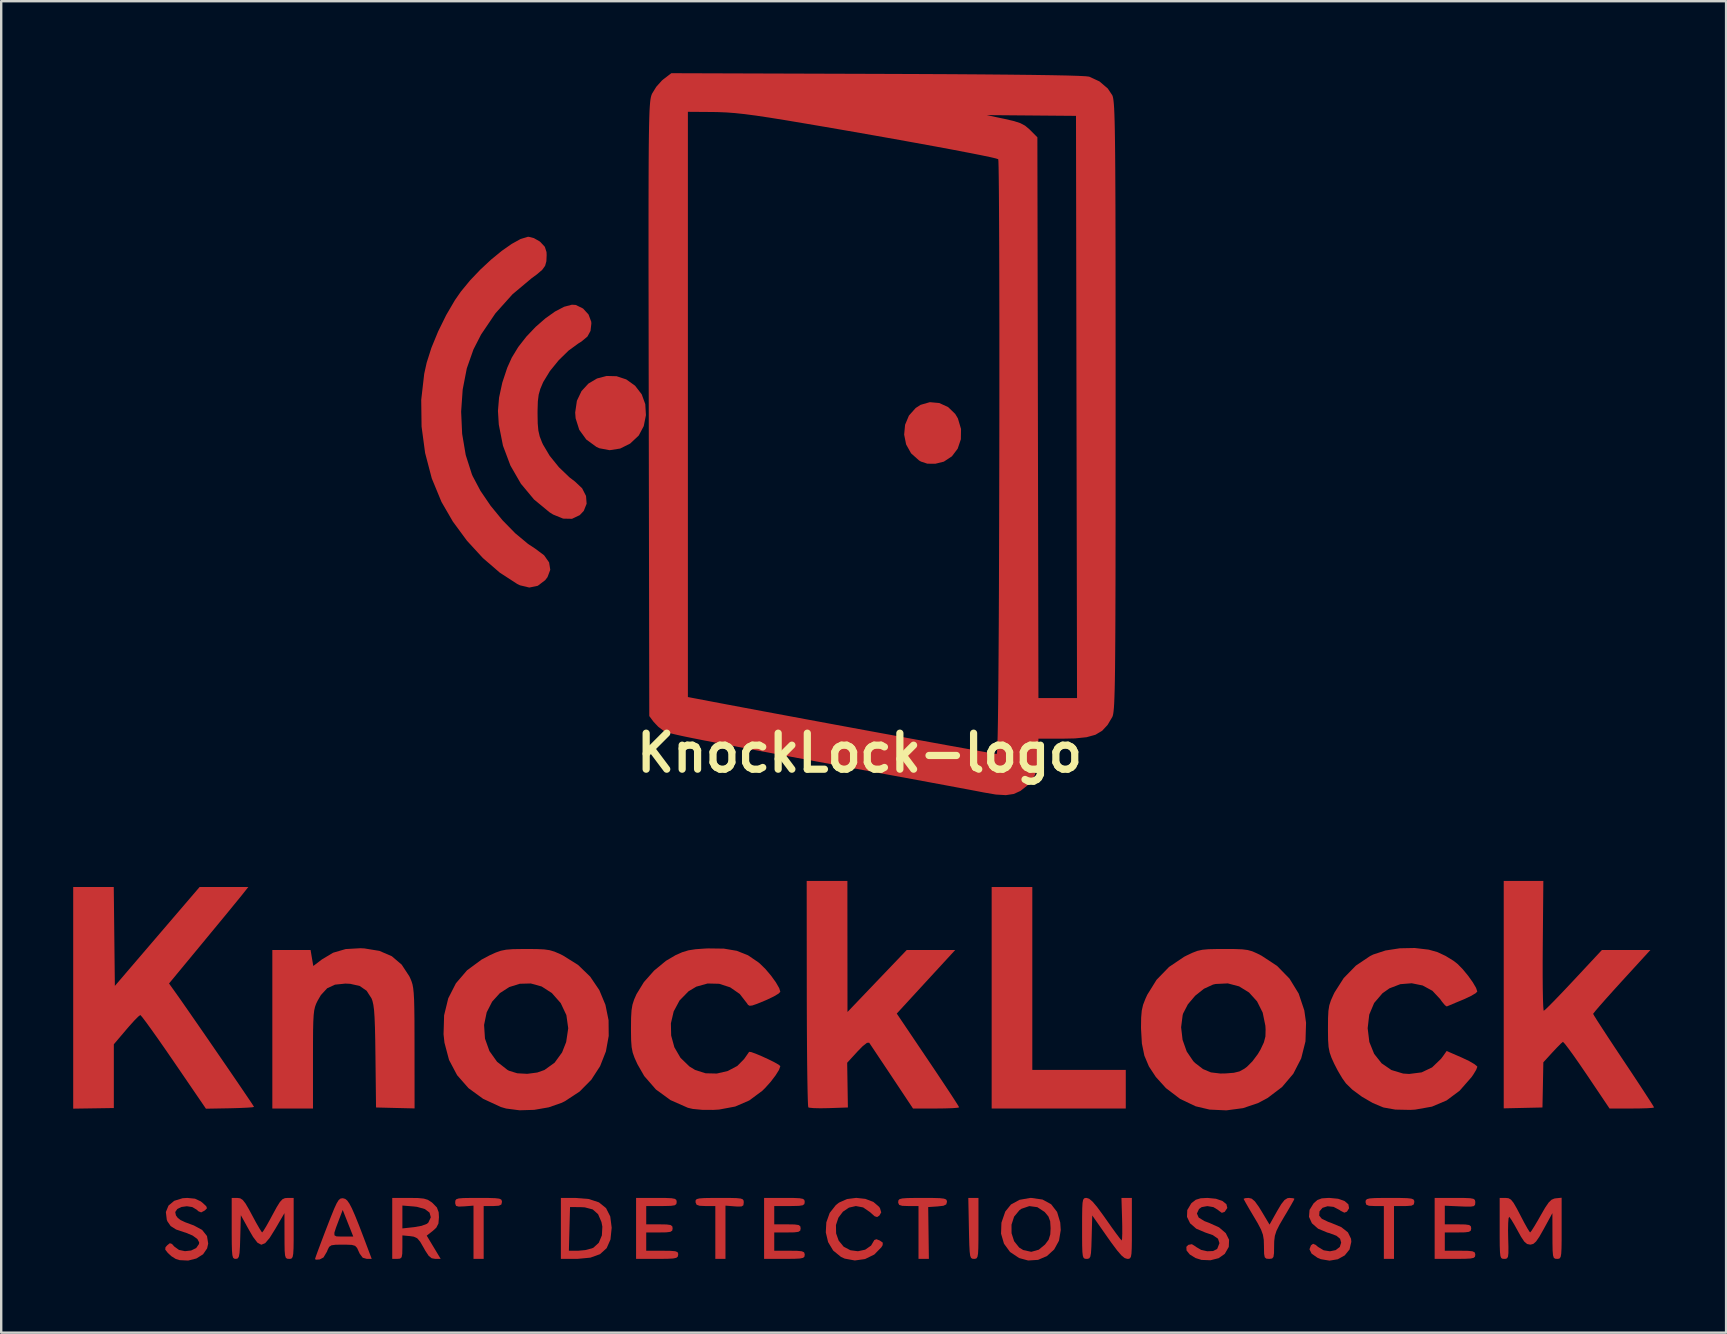
<source format=kicad_pcb>
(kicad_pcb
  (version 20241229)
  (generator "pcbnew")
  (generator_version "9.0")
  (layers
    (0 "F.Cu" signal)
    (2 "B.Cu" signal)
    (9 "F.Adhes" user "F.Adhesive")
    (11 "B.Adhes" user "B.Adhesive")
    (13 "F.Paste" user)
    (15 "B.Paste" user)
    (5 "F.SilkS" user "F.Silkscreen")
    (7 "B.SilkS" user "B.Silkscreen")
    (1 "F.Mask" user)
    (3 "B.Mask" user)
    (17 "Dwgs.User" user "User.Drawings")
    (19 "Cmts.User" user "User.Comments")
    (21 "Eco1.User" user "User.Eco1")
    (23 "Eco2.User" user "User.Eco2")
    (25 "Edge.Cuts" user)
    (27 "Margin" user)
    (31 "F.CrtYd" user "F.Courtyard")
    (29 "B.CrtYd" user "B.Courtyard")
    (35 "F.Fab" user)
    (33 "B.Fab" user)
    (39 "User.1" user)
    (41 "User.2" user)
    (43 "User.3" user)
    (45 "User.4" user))
  (footprint "KnockLock-logo"
    (layer "F.Cu")
    (at 32.766 28.321)
    (property "Reference" "KnockLock-logo" (at 0 0 0) (layer "F.SilkS") (effects (font (size 1.5 1.5) (thickness 0.3))))
    (attr board_only exclude_from_pos_files exclude_from_bom)
    (fp_poly (pts (xy 7.197 9.398) (xy 7.197 13.208) (xy 9.144 13.208) (xy 11.091 13.208) (xy 11.091 14.012) (xy 11.091 14.817) (xy 8.297 14.817) (xy 5.503 14.817) (xy 5.503 10.202) (xy 5.503 5.588) (xy 6.35 5.588) (xy 7.197 5.588)) (stroke (width 0) (type solid)) (fill yes) (layer "F.Cu"))
    (fp_poly (pts (xy 4.741 18.542) (xy 4.953 18.542) (xy 4.953 19.812) (xy 4.952 20.299) (xy 4.947 20.643) (xy 4.935 20.867) (xy 4.911 20.998) (xy 4.871 21.061) (xy 4.813 21.08) (xy 4.767 21.082) (xy 4.695 21.076) (xy 4.644 21.041) (xy 4.609 20.952) (xy 4.587 20.784) (xy 4.572 20.512) (xy 4.561 20.11) (xy 4.555 19.812) (xy 4.53 18.542)) (stroke (width 0) (type solid)) (fill yes) (layer "F.Cu"))
    (fp_poly (pts (xy 3.322 -14.578) (xy 3.688 -14.41) (xy 3.984 -14.125) (xy 4.096 -13.938) (xy 4.227 -13.498) (xy 4.22 -13.068) (xy 4.088 -12.677) (xy 3.847 -12.357) (xy 3.511 -12.136) (xy 3.157 -12.048) (xy 2.823 -12.051) (xy 2.557 -12.139) (xy 2.476 -12.187) (xy 2.146 -12.482) (xy 1.939 -12.852) (xy 1.857 -13.261) (xy 1.896 -13.674) (xy 2.056 -14.055) (xy 2.337 -14.371) (xy 2.542 -14.503) (xy 2.927 -14.614)) (stroke (width 0) (type solid)) (fill yes) (layer "F.Cu"))
    (fp_poly (pts (xy -10.124 -15.695) (xy -9.721 -15.562) (xy -9.355 -15.3) (xy -9.078 -14.941) (xy -8.929 -14.532) (xy -8.902 -14.071) (xy -8.993 -13.617) (xy -9.197 -13.231) (xy -9.204 -13.222) (xy -9.562 -12.887) (xy -9.976 -12.681) (xy -10.414 -12.613) (xy -10.841 -12.693) (xy -10.964 -12.749) (xy -11.387 -13.057) (xy -11.681 -13.463) (xy -11.832 -13.942) (xy -11.85 -14.182) (xy -11.779 -14.672) (xy -11.586 -15.077) (xy -11.298 -15.389) (xy -10.94 -15.601) (xy -10.54 -15.706)) (stroke (width 0) (type solid)) (fill yes) (layer "F.Cu"))
    (fp_poly (pts (xy 3.054 18.544) (xy 3.342 18.552) (xy 3.516 18.572) (xy 3.606 18.607) (xy 3.637 18.662) (xy 3.641 18.707) (xy 3.611 18.812) (xy 3.494 18.869) (xy 3.25 18.897) (xy 2.859 18.923) (xy 2.873 20.003) (xy 2.887 21.082) (xy 2.671 21.082) (xy 2.455 21.082) (xy 2.455 19.981) (xy 2.455 18.881) (xy 2.032 18.881) (xy 1.778 18.872) (xy 1.651 18.834) (xy 1.61 18.75) (xy 1.609 18.711) (xy 1.619 18.64) (xy 1.667 18.592) (xy 1.783 18.563) (xy 1.993 18.548) (xy 2.326 18.543) (xy 2.625 18.542)) (stroke (width 0) (type solid)) (fill yes) (layer "F.Cu"))
    (fp_poly (pts (xy -15.457 18.544) (xy -15.179 18.553) (xy -15.013 18.573) (xy -14.931 18.611) (xy -14.904 18.67) (xy -14.901 18.711) (xy -14.926 18.817) (xy -15.03 18.867) (xy -15.255 18.881) (xy -15.282 18.881) (xy -15.663 18.881) (xy -15.663 19.981) (xy -15.663 21.082) (xy -15.875 21.082) (xy -16.087 21.082) (xy -16.087 19.973) (xy -16.087 18.864) (xy -16.468 18.894) (xy -16.702 18.904) (xy -16.814 18.874) (xy -16.847 18.783) (xy -16.849 18.733) (xy -16.842 18.651) (xy -16.803 18.597) (xy -16.703 18.564) (xy -16.513 18.548) (xy -16.204 18.543) (xy -15.875 18.542)) (stroke (width 0) (type solid)) (fill yes) (layer "F.Cu"))
    (fp_poly (pts (xy -5.41 18.543) (xy -5.124 18.55) (xy -4.951 18.569) (xy -4.863 18.604) (xy -4.83 18.661) (xy -4.826 18.733) (xy -4.842 18.85) (xy -4.921 18.899) (xy -5.107 18.901) (xy -5.207 18.894) (xy -5.588 18.864) (xy -5.588 19.973) (xy -5.588 21.082) (xy -5.8 21.082) (xy -6.011 21.082) (xy -6.011 19.981) (xy -6.011 18.881) (xy -6.417 18.881) (xy -6.666 18.87) (xy -6.79 18.827) (xy -6.833 18.733) (xy -6.835 18.711) (xy -6.831 18.64) (xy -6.787 18.592) (xy -6.675 18.563) (xy -6.469 18.548) (xy -6.14 18.543) (xy -5.837 18.542)) (stroke (width 0) (type solid)) (fill yes) (layer "F.Cu"))
    (fp_poly (pts (xy 22.527 18.544) (xy 22.815 18.552) (xy 22.989 18.571) (xy 23.078 18.606) (xy 23.11 18.661) (xy 23.114 18.711) (xy 23.092 18.813) (xy 22.997 18.864) (xy 22.789 18.88) (xy 22.691 18.881) (xy 22.267 18.881) (xy 22.267 19.981) (xy 22.267 21.082) (xy 22.056 21.082) (xy 21.844 21.082) (xy 21.844 19.981) (xy 21.844 18.881) (xy 21.463 18.881) (xy 21.225 18.87) (xy 21.112 18.824) (xy 21.082 18.723) (xy 21.082 18.711) (xy 21.092 18.64) (xy 21.141 18.592) (xy 21.256 18.563) (xy 21.466 18.548) (xy 21.799 18.543) (xy 22.098 18.542)) (stroke (width 0) (type solid)) (fill yes) (layer "F.Cu"))
    (fp_poly (pts (xy -11.287 18.587) (xy -10.861 18.727) (xy -10.564 18.967) (xy -10.389 19.314) (xy -10.33 19.774) (xy -10.33 19.795) (xy -10.38 20.276) (xy -10.539 20.636) (xy -10.815 20.886) (xy -11.217 21.031) (xy -11.755 21.082) (xy -11.79 21.082) (xy -12.446 21.082) (xy -12.446 20.743) (xy -12.113 20.743) (xy -11.725 20.743) (xy -11.425 20.715) (xy -11.152 20.643) (xy -11.09 20.616) (xy -10.867 20.411) (xy -10.738 20.104) (xy -10.718 19.739) (xy -10.755 19.547) (xy -10.896 19.22) (xy -11.119 19.022) (xy -11.451 18.935) (xy -11.626 18.926) (xy -12.065 18.923) (xy -12.089 19.833) (xy -12.113 20.743) (xy -12.446 20.743) (xy -12.446 19.812) (xy -12.446 18.542) (xy -11.851 18.542)) (stroke (width 0) (type solid)) (fill yes) (layer "F.Cu"))
    (fp_poly (pts (xy -8.081 18.544) (xy -7.835 18.555) (xy -7.696 18.581) (xy -7.635 18.628) (xy -7.62 18.702) (xy -7.62 18.711) (xy -7.635 18.798) (xy -7.703 18.849) (xy -7.86 18.873) (xy -8.141 18.88) (xy -8.255 18.881) (xy -8.89 18.881) (xy -8.89 19.262) (xy -8.89 19.643) (xy -8.34 19.643) (xy -8.042 19.648) (xy -7.876 19.671) (xy -7.804 19.725) (xy -7.789 19.812) (xy -7.806 19.904) (xy -7.883 19.955) (xy -8.056 19.977) (xy -8.34 19.981) (xy -8.89 19.981) (xy -8.89 20.362) (xy -8.89 20.743) (xy -8.218 20.743) (xy -7.883 20.747) (xy -7.683 20.763) (xy -7.586 20.8) (xy -7.558 20.867) (xy -7.559 20.913) (xy -7.576 20.989) (xy -7.636 21.038) (xy -7.768 21.066) (xy -8.004 21.079) (xy -8.373 21.082) (xy -8.442 21.082) (xy -9.313 21.082) (xy -9.313 19.812) (xy -9.313 18.542) (xy -8.467 18.542)) (stroke (width 0) (type solid)) (fill yes) (layer "F.Cu"))
    (fp_poly (pts (xy -2.747 18.544) (xy -2.501 18.555) (xy -2.362 18.581) (xy -2.301 18.628) (xy -2.286 18.702) (xy -2.286 18.711) (xy -2.301 18.798) (xy -2.369 18.849) (xy -2.526 18.873) (xy -2.807 18.88) (xy -2.921 18.881) (xy -3.556 18.881) (xy -3.556 19.262) (xy -3.556 19.643) (xy -3.006 19.643) (xy -2.708 19.648) (xy -2.542 19.671) (xy -2.47 19.725) (xy -2.455 19.812) (xy -2.472 19.904) (xy -2.549 19.955) (xy -2.722 19.977) (xy -3.006 19.981) (xy -3.556 19.981) (xy -3.556 20.362) (xy -3.556 20.743) (xy -2.921 20.743) (xy -2.596 20.747) (xy -2.406 20.766) (xy -2.314 20.807) (xy -2.287 20.882) (xy -2.286 20.913) (xy -2.298 20.99) (xy -2.353 21.039) (xy -2.483 21.067) (xy -2.717 21.079) (xy -3.087 21.082) (xy -3.133 21.082) (xy -3.979 21.082) (xy -3.979 19.812) (xy -3.979 18.542) (xy -3.133 18.542)) (stroke (width 0) (type solid)) (fill yes) (layer "F.Cu"))
    (fp_poly (pts (xy 18.068 18.555) (xy 18.119 18.579) (xy 18.078 18.663) (xy 17.968 18.858) (xy 17.808 19.132) (xy 17.695 19.32) (xy 17.496 19.662) (xy 17.371 19.912) (xy 17.303 20.122) (xy 17.276 20.342) (xy 17.272 20.553) (xy 17.268 20.842) (xy 17.245 21) (xy 17.189 21.067) (xy 17.082 21.082) (xy 17.06 21.082) (xy 16.945 21.072) (xy 16.881 21.015) (xy 16.855 20.873) (xy 16.849 20.607) (xy 16.849 20.553) (xy 16.841 20.29) (xy 16.806 20.077) (xy 16.728 19.863) (xy 16.588 19.596) (xy 16.425 19.32) (xy 16.244 19.016) (xy 16.102 18.769) (xy 16.017 18.615) (xy 16.002 18.579) (xy 16.075 18.551) (xy 16.209 18.542) (xy 16.339 18.573) (xy 16.47 18.685) (xy 16.63 18.906) (xy 16.749 19.098) (xy 17.082 19.654) (xy 17.393 19.098) (xy 17.57 18.801) (xy 17.706 18.629) (xy 17.828 18.553) (xy 17.911 18.542)) (stroke (width 0) (type solid)) (fill yes) (layer "F.Cu"))
    (fp_poly (pts (xy 25.192 18.544) (xy 25.438 18.554) (xy 25.576 18.579) (xy 25.638 18.626) (xy 25.654 18.702) (xy 25.654 18.733) (xy 25.645 18.829) (xy 25.593 18.884) (xy 25.463 18.905) (xy 25.219 18.903) (xy 25.019 18.895) (xy 24.384 18.867) (xy 24.384 19.255) (xy 24.384 19.643) (xy 24.934 19.643) (xy 25.232 19.648) (xy 25.398 19.671) (xy 25.47 19.725) (xy 25.485 19.812) (xy 25.468 19.904) (xy 25.391 19.955) (xy 25.218 19.977) (xy 24.934 19.981) (xy 24.384 19.981) (xy 24.384 20.362) (xy 24.384 20.743) (xy 25.019 20.743) (xy 25.344 20.747) (xy 25.534 20.766) (xy 25.626 20.807) (xy 25.653 20.882) (xy 25.654 20.913) (xy 25.642 20.99) (xy 25.587 21.039) (xy 25.457 21.067) (xy 25.223 21.079) (xy 24.853 21.082) (xy 24.807 21.082) (xy 23.961 21.082) (xy 23.961 19.812) (xy 23.961 18.542) (xy 24.807 18.542)) (stroke (width 0) (type solid)) (fill yes) (layer "F.Cu"))
    (fp_poly (pts (xy 0.241 18.582) (xy 0.575 18.709) (xy 0.814 18.914) (xy 0.852 18.976) (xy 0.902 19.145) (xy 0.825 19.277) (xy 0.732 19.339) (xy 0.629 19.308) (xy 0.469 19.167) (xy 0.442 19.14) (xy 0.148 18.938) (xy -0.155 18.881) (xy -0.444 18.947) (xy -0.694 19.116) (xy -0.882 19.365) (xy -0.985 19.673) (xy -0.978 20.02) (xy -0.872 20.32) (xy -0.663 20.575) (xy -0.381 20.723) (xy -0.068 20.764) (xy 0.232 20.699) (xy 0.478 20.529) (xy 0.615 20.296) (xy 0.702 20.263) (xy 0.836 20.314) (xy 0.967 20.406) (xy 0.961 20.511) (xy 0.908 20.599) (xy 0.612 20.902) (xy 0.228 21.089) (xy -0.198 21.149) (xy -0.621 21.071) (xy -0.774 21.001) (xy -1.1 20.736) (xy -1.312 20.383) (xy -1.408 19.978) (xy -1.386 19.561) (xy -1.246 19.168) (xy -0.986 18.837) (xy -0.855 18.736) (xy -0.522 18.589) (xy -0.14 18.54)) (stroke (width 0) (type solid)) (fill yes) (layer "F.Cu"))
    (fp_poly (pts (xy 7.621 18.609) (xy 7.981 18.805) (xy 8.229 19.126) (xy 8.361 19.567) (xy 8.382 19.881) (xy 8.309 20.323) (xy 8.108 20.69) (xy 7.808 20.963) (xy 7.437 21.123) (xy 7.025 21.15) (xy 6.646 21.047) (xy 6.27 20.796) (xy 6.016 20.448) (xy 5.894 20.031) (xy 5.907 19.658) (xy 6.33 19.658) (xy 6.332 20.014) (xy 6.439 20.346) (xy 6.649 20.609) (xy 6.816 20.713) (xy 7.153 20.788) (xy 7.465 20.7) (xy 7.726 20.485) (xy 7.876 20.285) (xy 7.945 20.065) (xy 7.959 19.804) (xy 7.941 19.516) (xy 7.869 19.318) (xy 7.715 19.132) (xy 7.711 19.128) (xy 7.407 18.928) (xy 7.073 18.883) (xy 6.744 18.995) (xy 6.661 19.054) (xy 6.438 19.323) (xy 6.33 19.658) (xy 5.907 19.658) (xy 5.911 19.572) (xy 6.07 19.11) (xy 6.309 18.815) (xy 6.665 18.621) (xy 7.106 18.543) (xy 7.154 18.543)) (stroke (width 0) (type solid)) (fill yes) (layer "F.Cu"))
    (fp_poly (pts (xy -18.399 18.547) (xy -18.159 18.57) (xy -17.992 18.62) (xy -17.849 18.71) (xy -17.786 18.761) (xy -17.612 18.941) (xy -17.538 19.138) (xy -17.526 19.348) (xy -17.548 19.609) (xy -17.638 19.784) (xy -17.781 19.915) (xy -18.036 20.114) (xy -17.745 20.598) (xy -17.454 21.082) (xy -17.683 21.082) (xy -17.829 21.056) (xy -17.953 20.957) (xy -18.091 20.749) (xy -18.161 20.623) (xy -18.31 20.366) (xy -18.433 20.223) (xy -18.575 20.157) (xy -18.729 20.134) (xy -19.05 20.104) (xy -19.05 20.593) (xy -19.055 20.868) (xy -19.081 21.014) (xy -19.147 21.072) (xy -19.262 21.082) (xy -19.473 21.082) (xy -19.473 19.812) (xy -19.473 19.337) (xy -19.05 19.337) (xy -19.05 19.813) (xy -18.563 19.76) (xy -18.251 19.705) (xy -18.032 19.623) (xy -17.971 19.574) (xy -17.866 19.35) (xy -17.918 19.156) (xy -18.114 19.006) (xy -18.442 18.914) (xy -18.572 18.899) (xy -19.05 18.86) (xy -19.05 19.337) (xy -19.473 19.337) (xy -19.473 18.542) (xy -18.76 18.542)) (stroke (width 0) (type solid)) (fill yes) (layer "F.Cu"))
    (fp_poly (pts (xy -0.506 8.065) (xy -0.504 10.795) (xy 0.729 9.504) (xy 1.963 8.213) (xy 2.973 8.213) (xy 3.984 8.213) (xy 2.766 9.537) (xy 1.549 10.861) (xy 2.849 12.79) (xy 3.189 13.296) (xy 3.496 13.757) (xy 3.758 14.152) (xy 3.962 14.465) (xy 4.096 14.676) (xy 4.148 14.766) (xy 4.149 14.768) (xy 4.07 14.787) (xy 3.855 14.803) (xy 3.538 14.813) (xy 3.187 14.817) (xy 2.226 14.817) (xy 1.346 13.493) (xy 1.065 13.071) (xy 0.813 12.694) (xy 0.608 12.386) (xy 0.465 12.172) (xy 0.399 12.075) (xy 0.308 12.08) (xy 0.128 12.221) (xy -0.092 12.446) (xy -0.517 12.911) (xy -0.502 13.843) (xy -0.487 14.774) (xy -1.282 14.801) (xy -1.634 14.807) (xy -1.92 14.8) (xy -2.099 14.782) (xy -2.137 14.769) (xy -2.148 14.675) (xy -2.158 14.428) (xy -2.168 14.042) (xy -2.177 13.534) (xy -2.185 12.918) (xy -2.191 12.21) (xy -2.196 11.426) (xy -2.199 10.581) (xy -2.2 10.022) (xy -2.204 5.334) (xy -1.356 5.334) (xy -0.508 5.334)) (stroke (width 0) (type solid)) (fill yes) (layer "F.Cu"))
    (fp_poly (pts (xy 19.938 18.577) (xy 20.208 18.672) (xy 20.367 18.809) (xy 20.395 18.973) (xy 20.307 19.114) (xy 20.198 19.157) (xy 20.04 19.077) (xy 19.999 19.046) (xy 19.749 18.915) (xy 19.498 18.889) (xy 19.289 18.955) (xy 19.163 19.102) (xy 19.15 19.279) (xy 19.258 19.41) (xy 19.527 19.54) (xy 19.637 19.578) (xy 20.071 19.759) (xy 20.348 19.978) (xy 20.477 20.243) (xy 20.489 20.372) (xy 20.415 20.69) (xy 20.215 20.937) (xy 19.925 21.098) (xy 19.58 21.156) (xy 19.216 21.094) (xy 19.077 21.035) (xy 18.833 20.862) (xy 18.745 20.681) (xy 18.807 20.518) (xy 18.896 20.453) (xy 19.006 20.5) (xy 19.104 20.585) (xy 19.338 20.725) (xy 19.598 20.766) (xy 19.837 20.717) (xy 20.008 20.586) (xy 20.066 20.405) (xy 20.021 20.244) (xy 19.868 20.119) (xy 19.58 20.01) (xy 19.485 19.984) (xy 19.104 19.825) (xy 18.847 19.599) (xy 18.725 19.33) (xy 18.748 19.041) (xy 18.919 18.766) (xy 19.076 18.628) (xy 19.258 18.561) (xy 19.533 18.542) (xy 19.577 18.542)) (stroke (width 0) (type solid)) (fill yes) (layer "F.Cu"))
    (fp_poly (pts (xy 14.85 18.577) (xy 15.119 18.67) (xy 15.284 18.803) (xy 15.322 18.96) (xy 15.213 19.122) (xy 15.211 19.124) (xy 15.093 19.164) (xy 14.958 19.066) (xy 14.943 19.05) (xy 14.744 18.926) (xy 14.49 18.883) (xy 14.254 18.925) (xy 14.143 19.004) (xy 14.055 19.193) (xy 14.13 19.361) (xy 14.369 19.509) (xy 14.563 19.582) (xy 14.978 19.769) (xy 15.258 20.01) (xy 15.396 20.288) (xy 15.383 20.584) (xy 15.216 20.874) (xy 14.961 21.053) (xy 14.618 21.14) (xy 14.247 21.125) (xy 13.998 21.048) (xy 13.757 20.898) (xy 13.623 20.732) (xy 13.615 20.581) (xy 13.694 20.499) (xy 13.845 20.47) (xy 14.012 20.574) (xy 14.026 20.588) (xy 14.232 20.708) (xy 14.488 20.765) (xy 14.729 20.755) (xy 14.893 20.672) (xy 14.906 20.654) (xy 14.994 20.426) (xy 14.933 20.241) (xy 14.717 20.091) (xy 14.405 19.984) (xy 14.03 19.826) (xy 13.772 19.601) (xy 13.642 19.333) (xy 13.653 19.049) (xy 13.816 18.774) (xy 13.839 18.75) (xy 14.007 18.619) (xy 14.211 18.557) (xy 14.498 18.542)) (stroke (width 0) (type solid)) (fill yes) (layer "F.Cu"))
    (fp_poly (pts (xy -21.513 18.559) (xy -21.43 18.584) (xy -21.349 18.65) (xy -21.26 18.775) (xy -21.154 18.977) (xy -21.023 19.275) (xy -20.857 19.687) (xy -20.648 20.232) (xy -20.527 20.553) (xy -20.328 21.082) (xy -20.534 21.082) (xy -20.701 21.035) (xy -20.826 20.87) (xy -20.865 20.786) (xy -20.938 20.626) (xy -21.021 20.538) (xy -21.16 20.499) (xy -21.402 20.49) (xy -21.538 20.489) (xy -21.834 20.493) (xy -22.007 20.517) (xy -22.102 20.581) (xy -22.165 20.706) (xy -22.192 20.779) (xy -22.338 21.024) (xy -22.493 21.105) (xy -22.644 21.116) (xy -22.691 21.093) (xy -22.662 21) (xy -22.582 20.778) (xy -22.461 20.454) (xy -22.31 20.056) (xy -22.286 19.993) (xy -21.884 19.993) (xy -21.879 20.102) (xy -21.796 20.145) (xy -21.628 20.151) (xy -21.519 20.151) (xy -21.097 20.151) (xy -21.317 19.597) (xy -21.536 19.044) (xy -21.691 19.449) (xy -21.818 19.786) (xy -21.884 19.993) (xy -22.286 19.993) (xy -22.207 19.788) (xy -22.024 19.317) (xy -21.888 18.982) (xy -21.785 18.76) (xy -21.704 18.631) (xy -21.631 18.57) (xy -21.554 18.556)) (stroke (width 0) (type solid)) (fill yes) (layer "F.Cu"))
    (fp_poly (pts (xy 11.345 19.812) (xy 11.345 20.3) (xy 11.34 20.643) (xy 11.328 20.867) (xy 11.304 20.998) (xy 11.264 21.061) (xy 11.206 21.081) (xy 11.152 21.082) (xy 11.045 21.049) (xy 10.91 20.938) (xy 10.731 20.73) (xy 10.489 20.406) (xy 10.327 20.177) (xy 9.694 19.273) (xy 9.67 20.177) (xy 9.658 20.577) (xy 9.642 20.838) (xy 9.614 20.989) (xy 9.569 21.06) (xy 9.499 21.081) (xy 9.459 21.082) (xy 9.387 21.077) (xy 9.336 21.044) (xy 9.303 20.959) (xy 9.283 20.796) (xy 9.274 20.53) (xy 9.271 20.136) (xy 9.271 19.812) (xy 9.272 19.324) (xy 9.277 18.981) (xy 9.289 18.756) (xy 9.313 18.625) (xy 9.352 18.563) (xy 9.411 18.543) (xy 9.46 18.542) (xy 9.568 18.578) (xy 9.709 18.698) (xy 9.897 18.92) (xy 10.149 19.263) (xy 10.264 19.426) (xy 10.499 19.76) (xy 10.7 20.037) (xy 10.846 20.23) (xy 10.919 20.314) (xy 10.922 20.316) (xy 10.937 20.239) (xy 10.945 20.028) (xy 10.944 19.717) (xy 10.938 19.431) (xy 10.911 18.542) (xy 11.128 18.542) (xy 11.345 18.542)) (stroke (width 0) (type solid)) (fill yes) (layer "F.Cu"))
    (fp_poly (pts (xy -31.053 7.648) (xy -31.03 9.708) (xy -29.265 7.648) (xy -27.5 5.588) (xy -26.485 5.588) (xy -25.47 5.588) (xy -25.724 5.909) (xy -25.848 6.062) (xy -26.062 6.323) (xy -26.347 6.672) (xy -26.688 7.085) (xy -27.065 7.542) (xy -27.376 7.919) (xy -28.773 9.608) (xy -28.5 9.99) (xy -28.33 10.229) (xy -28.099 10.56) (xy -27.818 10.965) (xy -27.501 11.422) (xy -27.161 11.914) (xy -26.813 12.421) (xy -26.468 12.923) (xy -26.141 13.4) (xy -25.844 13.835) (xy -25.592 14.207) (xy -25.396 14.496) (xy -25.272 14.684) (xy -25.231 14.751) (xy -25.31 14.767) (xy -25.525 14.782) (xy -25.844 14.796) (xy -26.233 14.807) (xy -27.235 14.825) (xy -28.568 12.874) (xy -28.917 12.367) (xy -29.236 11.909) (xy -29.514 11.518) (xy -29.737 11.211) (xy -29.892 11.007) (xy -29.967 10.923) (xy -29.97 10.922) (xy -30.051 10.983) (xy -30.213 11.145) (xy -30.426 11.381) (xy -30.556 11.532) (xy -31.073 12.141) (xy -31.073 13.469) (xy -31.073 14.797) (xy -31.919 14.81) (xy -32.766 14.823) (xy -32.766 10.206) (xy -32.766 5.588) (xy -31.921 5.588) (xy -31.076 5.588)) (stroke (width 0) (type solid)) (fill yes) (layer "F.Cu"))
    (fp_poly (pts (xy -11.825 -18.665) (xy -11.522 -18.516) (xy -11.293 -18.266) (xy -11.181 -17.966) (xy -11.176 -17.89) (xy -11.211 -17.584) (xy -11.338 -17.35) (xy -11.586 -17.142) (xy -11.717 -17.061) (xy -12.124 -16.764) (xy -12.535 -16.362) (xy -12.902 -15.911) (xy -13.173 -15.467) (xy -13.191 -15.431) (xy -13.303 -15.167) (xy -13.371 -14.926) (xy -13.406 -14.648) (xy -13.417 -14.277) (xy -13.418 -14.139) (xy -13.411 -13.728) (xy -13.384 -13.429) (xy -13.327 -13.183) (xy -13.229 -12.932) (xy -13.192 -12.851) (xy -12.912 -12.379) (xy -12.527 -11.903) (xy -12.087 -11.481) (xy -11.859 -11.307) (xy -11.561 -11.026) (xy -11.398 -10.707) (xy -11.373 -10.383) (xy -11.493 -10.083) (xy -11.66 -9.907) (xy -11.982 -9.754) (xy -12.352 -9.762) (xy -12.768 -9.931) (xy -12.917 -10.024) (xy -13.566 -10.56) (xy -14.113 -11.217) (xy -14.548 -11.972) (xy -14.859 -12.8) (xy -15.033 -13.68) (xy -15.068 -14.25) (xy -15.022 -14.806) (xy -14.887 -15.428) (xy -14.682 -16.047) (xy -14.493 -16.468) (xy -14.223 -16.912) (xy -13.883 -17.347) (xy -13.497 -17.752) (xy -13.09 -18.107) (xy -12.687 -18.393) (xy -12.312 -18.589) (xy -11.988 -18.675)) (stroke (width 0) (type solid)) (fill yes) (layer "F.Cu"))
    (fp_poly (pts (xy -20.637 8.146) (xy -20.006 8.249) (xy -19.49 8.472) (xy -19.079 8.822) (xy -18.761 9.307) (xy -18.718 9.398) (xy -18.669 9.517) (xy -18.629 9.644) (xy -18.6 9.801) (xy -18.578 10.007) (xy -18.562 10.283) (xy -18.553 10.651) (xy -18.547 11.132) (xy -18.545 11.745) (xy -18.544 12.296) (xy -18.542 14.813) (xy -19.345 14.794) (xy -20.148 14.774) (xy -20.172 12.658) (xy -20.181 11.974) (xy -20.193 11.438) (xy -20.209 11.028) (xy -20.23 10.722) (xy -20.259 10.499) (xy -20.296 10.337) (xy -20.335 10.23) (xy -20.542 9.909) (xy -20.83 9.711) (xy -21.226 9.621) (xy -21.427 9.612) (xy -21.857 9.656) (xy -22.184 9.807) (xy -22.445 10.09) (xy -22.585 10.331) (xy -22.645 10.455) (xy -22.69 10.581) (xy -22.724 10.731) (xy -22.747 10.929) (xy -22.762 11.199) (xy -22.771 11.565) (xy -22.774 12.05) (xy -22.775 12.678) (xy -22.775 12.76) (xy -22.775 14.817) (xy -23.622 14.817) (xy -24.469 14.817) (xy -24.469 11.515) (xy -24.469 8.213) (xy -23.672 8.213) (xy -22.875 8.213) (xy -22.819 8.546) (xy -22.762 8.879) (xy -22.4 8.603) (xy -21.935 8.325) (xy -21.413 8.173) (xy -20.802 8.138)) (stroke (width 0) (type solid)) (fill yes) (layer "F.Cu"))
    (fp_poly (pts (xy -27.691 18.574) (xy -27.451 18.686) (xy -27.373 18.748) (xy -27.223 18.888) (xy -27.192 18.972) (xy -27.266 19.051) (xy -27.297 19.074) (xy -27.434 19.146) (xy -27.551 19.097) (xy -27.614 19.037) (xy -27.802 18.924) (xy -28.029 18.889) (xy -28.251 18.919) (xy -28.427 19.003) (xy -28.515 19.131) (xy -28.485 19.272) (xy -28.405 19.379) (xy -28.29 19.466) (xy -28.101 19.555) (xy -27.797 19.668) (xy -27.741 19.688) (xy -27.394 19.875) (xy -27.191 20.131) (xy -27.141 20.444) (xy -27.186 20.645) (xy -27.354 20.891) (xy -27.634 21.066) (xy -27.977 21.153) (xy -28.334 21.135) (xy -28.49 21.087) (xy -28.675 20.971) (xy -28.823 20.835) (xy -28.931 20.696) (xy -28.922 20.599) (xy -28.848 20.515) (xy -28.74 20.429) (xy -28.649 20.461) (xy -28.554 20.568) (xy -28.358 20.709) (xy -28.108 20.761) (xy -27.853 20.733) (xy -27.642 20.631) (xy -27.526 20.465) (xy -27.517 20.395) (xy -27.593 20.254) (xy -27.791 20.11) (xy -28.07 19.993) (xy -28.124 19.977) (xy -28.48 19.858) (xy -28.705 19.715) (xy -28.839 19.521) (xy -28.867 19.451) (xy -28.905 19.13) (xy -28.795 18.861) (xy -28.557 18.663) (xy -28.209 18.555) (xy -28.011 18.542)) (stroke (width 0) (type solid)) (fill yes) (layer "F.Cu"))
    (fp_poly (pts (xy -25.809 18.558) (xy -25.705 18.624) (xy -25.591 18.767) (xy -25.444 19.017) (xy -25.313 19.261) (xy -25.147 19.569) (xy -25.008 19.811) (xy -24.916 19.955) (xy -24.892 19.98) (xy -24.837 19.91) (xy -24.723 19.723) (xy -24.57 19.45) (xy -24.469 19.262) (xy -24.287 18.927) (xy -24.155 18.715) (xy -24.048 18.599) (xy -23.942 18.551) (xy -23.834 18.543) (xy -23.58 18.542) (xy -23.58 19.812) (xy -23.58 20.3) (xy -23.585 20.643) (xy -23.598 20.868) (xy -23.622 20.998) (xy -23.661 21.061) (xy -23.719 21.081) (xy -23.77 21.082) (xy -23.853 21.075) (xy -23.907 21.035) (xy -23.939 20.933) (xy -23.956 20.739) (xy -23.961 20.425) (xy -23.962 20.13) (xy -23.964 19.177) (xy -24.346 19.833) (xy -24.579 20.207) (xy -24.766 20.427) (xy -24.929 20.493) (xy -25.09 20.407) (xy -25.271 20.169) (xy -25.442 19.875) (xy -25.781 19.262) (xy -25.805 20.172) (xy -25.818 20.575) (xy -25.835 20.837) (xy -25.864 20.99) (xy -25.908 21.061) (xy -25.976 21.082) (xy -25.996 21.082) (xy -26.06 21.073) (xy -26.105 21.03) (xy -26.134 20.926) (xy -26.151 20.738) (xy -26.159 20.44) (xy -26.162 20.007) (xy -26.162 19.812) (xy -26.162 18.542) (xy -25.927 18.542)) (stroke (width 0) (type solid)) (fill yes) (layer "F.Cu"))
    (fp_poly (pts (xy -13.574 -21.451) (xy -13.34 -21.319) (xy -13.299 -21.286) (xy -13.115 -21.088) (xy -13.044 -20.867) (xy -13.039 -20.743) (xy -13.05 -20.486) (xy -13.103 -20.295) (xy -13.224 -20.128) (xy -13.442 -19.941) (xy -13.661 -19.781) (xy -14.461 -19.11) (xy -15.173 -18.316) (xy -15.769 -17.435) (xy -16.088 -16.813) (xy -16.366 -16.022) (xy -16.537 -15.143) (xy -16.602 -14.22) (xy -16.56 -13.296) (xy -16.411 -12.412) (xy -16.155 -11.611) (xy -16.119 -11.528) (xy -15.798 -10.922) (xy -15.374 -10.298) (xy -14.879 -9.695) (xy -14.348 -9.152) (xy -13.814 -8.708) (xy -13.511 -8.508) (xy -13.145 -8.234) (xy -12.937 -7.937) (xy -12.888 -7.63) (xy -13.004 -7.322) (xy -13.102 -7.195) (xy -13.41 -6.962) (xy -13.761 -6.89) (xy -14.149 -6.983) (xy -14.266 -7.04) (xy -14.991 -7.51) (xy -15.697 -8.12) (xy -16.359 -8.84) (xy -16.948 -9.641) (xy -17.42 -10.456) (xy -17.825 -11.437) (xy -18.103 -12.497) (xy -18.251 -13.601) (xy -18.265 -14.711) (xy -18.141 -15.792) (xy -18.039 -16.256) (xy -17.841 -16.879) (xy -17.56 -17.562) (xy -17.224 -18.244) (xy -16.863 -18.862) (xy -16.614 -19.221) (xy -16.231 -19.686) (xy -15.803 -20.136) (xy -15.355 -20.553) (xy -14.911 -20.917) (xy -14.494 -21.209) (xy -14.128 -21.411) (xy -13.837 -21.501) (xy -13.786 -21.505)) (stroke (width 0) (type solid)) (fill yes) (layer "F.Cu"))
    (fp_poly (pts (xy 28.466 8.043) (xy 28.462 8.701) (xy 28.462 9.3) (xy 28.466 9.822) (xy 28.474 10.245) (xy 28.485 10.551) (xy 28.499 10.719) (xy 28.508 10.745) (xy 28.584 10.683) (xy 28.756 10.516) (xy 29.006 10.261) (xy 29.316 9.938) (xy 29.668 9.565) (xy 29.752 9.475) (xy 30.929 8.213) (xy 31.939 8.213) (xy 32.95 8.213) (xy 31.757 9.517) (xy 31.401 9.909) (xy 31.088 10.258) (xy 30.833 10.547) (xy 30.655 10.755) (xy 30.57 10.863) (xy 30.565 10.873) (xy 30.61 10.954) (xy 30.737 11.158) (xy 30.935 11.464) (xy 31.19 11.854) (xy 31.491 12.31) (xy 31.825 12.813) (xy 31.835 12.827) (xy 32.17 13.33) (xy 32.472 13.787) (xy 32.728 14.178) (xy 32.927 14.485) (xy 33.057 14.69) (xy 33.105 14.773) (xy 33.105 14.773) (xy 33.026 14.791) (xy 32.812 14.805) (xy 32.497 14.814) (xy 32.176 14.817) (xy 31.248 14.817) (xy 30.305 13.415) (xy 30.015 12.99) (xy 29.756 12.619) (xy 29.541 12.323) (xy 29.388 12.124) (xy 29.309 12.041) (xy 29.304 12.04) (xy 29.221 12.111) (xy 29.061 12.273) (xy 28.868 12.478) (xy 28.49 12.892) (xy 28.472 13.833) (xy 28.453 14.774) (xy 27.646 14.792) (xy 26.839 14.81) (xy 26.839 10.072) (xy 26.839 5.334) (xy 27.665 5.334) (xy 28.49 5.334)) (stroke (width 0) (type solid)) (fill yes) (layer "F.Cu"))
    (fp_poly (pts (xy 29.252 19.808) (xy 29.252 20.297) (xy 29.247 20.641) (xy 29.235 20.866) (xy 29.211 20.998) (xy 29.171 21.061) (xy 29.113 21.08) (xy 29.062 21.082) (xy 28.979 21.075) (xy 28.925 21.035) (xy 28.893 20.933) (xy 28.876 20.739) (xy 28.87 20.425) (xy 28.869 20.13) (xy 28.867 19.177) (xy 28.509 19.833) (xy 28.325 20.157) (xy 28.188 20.356) (xy 28.074 20.457) (xy 27.959 20.488) (xy 27.94 20.488) (xy 27.813 20.462) (xy 27.695 20.362) (xy 27.559 20.159) (xy 27.432 19.93) (xy 27.28 19.655) (xy 27.152 19.442) (xy 27.072 19.334) (xy 27.067 19.33) (xy 27.041 19.39) (xy 27.025 19.588) (xy 27.019 19.889) (xy 27.024 20.185) (xy 27.035 20.583) (xy 27.034 20.841) (xy 27.017 20.99) (xy 26.977 21.06) (xy 26.911 21.081) (xy 26.86 21.082) (xy 26.787 21.077) (xy 26.736 21.046) (xy 26.702 20.963) (xy 26.683 20.803) (xy 26.673 20.54) (xy 26.67 20.15) (xy 26.67 19.812) (xy 26.67 18.542) (xy 26.916 18.542) (xy 27.039 18.555) (xy 27.141 18.614) (xy 27.248 18.746) (xy 27.384 18.981) (xy 27.53 19.261) (xy 27.692 19.571) (xy 27.827 19.813) (xy 27.917 19.956) (xy 27.94 19.981) (xy 27.997 19.912) (xy 28.114 19.727) (xy 28.273 19.458) (xy 28.372 19.283) (xy 28.565 18.948) (xy 28.709 18.737) (xy 28.828 18.62) (xy 28.948 18.568) (xy 29.007 18.559) (xy 29.252 18.534)) (stroke (width 0) (type solid)) (fill yes) (layer "F.Cu"))
    (fp_poly (pts (xy -13.454 8.173) (xy -13.146 8.187) (xy -12.914 8.22) (xy -12.71 8.281) (xy -12.487 8.378) (xy -12.359 8.441) (xy -11.729 8.835) (xy -11.225 9.322) (xy -10.845 9.882) (xy -10.59 10.495) (xy -10.459 11.138) (xy -10.453 11.793) (xy -10.57 12.438) (xy -10.812 13.053) (xy -11.178 13.618) (xy -11.666 14.111) (xy -12.279 14.513) (xy -12.414 14.58) (xy -12.954 14.768) (xy -13.559 14.873) (xy -14.17 14.891) (xy -14.728 14.818) (xy -14.945 14.755) (xy -15.686 14.413) (xy -16.296 13.968) (xy -16.771 13.427) (xy -17.106 12.793) (xy -17.297 12.073) (xy -17.335 11.722) (xy -17.323 11.336) (xy -15.646 11.336) (xy -15.609 11.902) (xy -15.423 12.423) (xy -15.106 12.868) (xy -14.672 13.208) (xy -14.605 13.244) (xy -14.264 13.349) (xy -13.847 13.372) (xy -13.429 13.317) (xy -13.131 13.212) (xy -12.708 12.908) (xy -12.397 12.481) (xy -12.226 12.049) (xy -12.14 11.473) (xy -12.217 10.925) (xy -12.453 10.425) (xy -12.821 10.007) (xy -13.246 9.733) (xy -13.699 9.607) (xy -14.157 9.619) (xy -14.595 9.756) (xy -14.987 10.008) (xy -15.309 10.363) (xy -15.537 10.809) (xy -15.646 11.334) (xy -15.646 11.336) (xy -17.323 11.336) (xy -17.312 10.935) (xy -17.139 10.225) (xy -16.819 9.598) (xy -16.356 9.059) (xy -15.752 8.613) (xy -15.413 8.433) (xy -15.16 8.318) (xy -14.947 8.243) (xy -14.726 8.199) (xy -14.451 8.177) (xy -14.072 8.171) (xy -13.884 8.17)) (stroke (width 0) (type solid)) (fill yes) (layer "F.Cu"))
    (fp_poly (pts (xy 15.632 8.172) (xy 15.942 8.184) (xy 16.171 8.213) (xy 16.364 8.267) (xy 16.563 8.355) (xy 16.751 8.451) (xy 17.397 8.876) (xy 17.914 9.406) (xy 18.295 10.027) (xy 18.53 10.727) (xy 18.603 11.244) (xy 18.579 12.018) (xy 18.4 12.73) (xy 18.072 13.368) (xy 17.603 13.922) (xy 16.998 14.38) (xy 16.605 14.59) (xy 15.975 14.802) (xy 15.282 14.894) (xy 14.585 14.862) (xy 14.003 14.725) (xy 13.354 14.416) (xy 12.765 13.968) (xy 12.343 13.502) (xy 12.055 13.063) (xy 11.866 12.615) (xy 11.762 12.108) (xy 11.727 11.495) (xy 11.726 11.432) (xy 13.397 11.432) (xy 13.458 11.955) (xy 13.63 12.441) (xy 13.902 12.842) (xy 13.983 12.923) (xy 14.31 13.174) (xy 14.639 13.312) (xy 15.033 13.359) (xy 15.256 13.355) (xy 15.594 13.328) (xy 15.829 13.271) (xy 16.031 13.16) (xy 16.145 13.074) (xy 16.368 12.85) (xy 16.592 12.551) (xy 16.707 12.357) (xy 16.846 12.061) (xy 16.91 11.813) (xy 16.917 11.526) (xy 16.908 11.37) (xy 16.796 10.822) (xy 16.562 10.354) (xy 16.228 9.984) (xy 15.814 9.728) (xy 15.343 9.604) (xy 14.836 9.628) (xy 14.724 9.654) (xy 14.349 9.827) (xy 13.984 10.117) (xy 13.679 10.476) (xy 13.482 10.856) (xy 13.462 10.922) (xy 13.397 11.432) (xy 11.726 11.432) (xy 11.726 11.43) (xy 11.732 11.029) (xy 11.757 10.738) (xy 11.812 10.496) (xy 11.91 10.244) (xy 11.988 10.075) (xy 12.374 9.454) (xy 12.893 8.919) (xy 13.521 8.496) (xy 13.626 8.442) (xy 13.87 8.327) (xy 14.073 8.249) (xy 14.28 8.203) (xy 14.535 8.179) (xy 14.885 8.171) (xy 15.196 8.17)) (stroke (width 0) (type solid)) (fill yes) (layer "F.Cu"))
    (fp_poly (pts (xy 23.716 8.198) (xy 24.078 8.3) (xy 24.417 8.459) (xy 24.75 8.664) (xy 24.917 8.794) (xy 25.135 9.017) (xy 25.356 9.286) (xy 25.551 9.559) (xy 25.688 9.793) (xy 25.738 9.944) (xy 25.666 10.016) (xy 25.473 10.128) (xy 25.199 10.258) (xy 25.13 10.287) (xy 24.834 10.41) (xy 24.602 10.508) (xy 24.475 10.561) (xy 24.466 10.565) (xy 24.391 10.515) (xy 24.264 10.362) (xy 24.193 10.261) (xy 23.869 9.913) (xy 23.462 9.691) (xy 23.005 9.598) (xy 22.532 9.636) (xy 22.077 9.81) (xy 21.787 10.015) (xy 21.44 10.42) (xy 21.236 10.905) (xy 21.17 11.472) (xy 21.24 12.045) (xy 21.439 12.538) (xy 21.751 12.933) (xy 22.159 13.213) (xy 22.647 13.36) (xy 22.902 13.377) (xy 23.419 13.311) (xy 23.854 13.104) (xy 24.227 12.745) (xy 24.322 12.618) (xy 24.461 12.42) (xy 25.1 12.698) (xy 25.394 12.838) (xy 25.617 12.967) (xy 25.731 13.061) (xy 25.739 13.08) (xy 25.692 13.204) (xy 25.572 13.403) (xy 25.495 13.513) (xy 25.003 14.074) (xy 24.46 14.48) (xy 23.848 14.739) (xy 23.148 14.863) (xy 22.945 14.875) (xy 22.323 14.862) (xy 21.839 14.776) (xy 21.804 14.765) (xy 21.378 14.586) (xy 20.931 14.326) (xy 20.529 14.029) (xy 20.266 13.772) (xy 20.111 13.555) (xy 19.93 13.25) (xy 19.777 12.954) (xy 19.66 12.696) (xy 19.585 12.478) (xy 19.541 12.251) (xy 19.521 11.964) (xy 19.516 11.569) (xy 19.516 11.471) (xy 19.519 11.05) (xy 19.534 10.749) (xy 19.571 10.518) (xy 19.639 10.309) (xy 19.746 10.07) (xy 19.79 9.98) (xy 20.173 9.38) (xy 20.679 8.863) (xy 21.269 8.466) (xy 21.402 8.4) (xy 21.911 8.233) (xy 22.509 8.141) (xy 23.131 8.129)) (stroke (width 0) (type solid)) (fill yes) (layer "F.Cu"))
    (fp_poly (pts (xy -5.655 8.155) (xy -5.116 8.246) (xy -4.65 8.432) (xy -4.218 8.725) (xy -4.15 8.782) (xy -3.919 9.009) (xy -3.688 9.282) (xy -3.487 9.561) (xy -3.349 9.802) (xy -3.302 9.953) (xy -3.375 10.029) (xy -3.569 10.145) (xy -3.847 10.279) (xy -3.951 10.324) (xy -4.27 10.455) (xy -4.47 10.524) (xy -4.584 10.536) (xy -4.65 10.497) (xy -4.685 10.442) (xy -4.994 10.044) (xy -5.393 9.768) (xy -5.85 9.62) (xy -6.331 9.608) (xy -6.802 9.739) (xy -7.126 9.932) (xy -7.502 10.317) (xy -7.746 10.773) (xy -7.862 11.269) (xy -7.851 11.777) (xy -7.717 12.266) (xy -7.461 12.706) (xy -7.087 13.067) (xy -6.848 13.213) (xy -6.417 13.349) (xy -5.95 13.36) (xy -5.494 13.254) (xy -5.095 13.043) (xy -4.812 12.756) (xy -4.686 12.576) (xy -4.609 12.465) (xy -4.601 12.455) (xy -4.514 12.466) (xy -4.322 12.535) (xy -4.066 12.643) (xy -3.793 12.769) (xy -3.545 12.892) (xy -3.367 12.994) (xy -3.302 13.052) (xy -3.357 13.208) (xy -3.503 13.441) (xy -3.707 13.708) (xy -3.939 13.966) (xy -4.063 14.086) (xy -4.598 14.482) (xy -5.183 14.735) (xy -5.851 14.86) (xy -6.096 14.875) (xy -6.558 14.872) (xy -6.947 14.835) (xy -7.154 14.787) (xy -7.878 14.467) (xy -8.485 14.025) (xy -8.973 13.465) (xy -9.255 12.973) (xy -9.376 12.707) (xy -9.454 12.486) (xy -9.498 12.26) (xy -9.519 11.977) (xy -9.525 11.587) (xy -9.525 11.472) (xy -9.521 11.042) (xy -9.503 10.732) (xy -9.464 10.493) (xy -9.395 10.278) (xy -9.296 10.053) (xy -8.988 9.551) (xy -8.562 9.071) (xy -8.068 8.663) (xy -7.662 8.424) (xy -7.386 8.303) (xy -7.127 8.225) (xy -6.828 8.179) (xy -6.431 8.151) (xy -6.308 8.146)) (stroke (width 0) (type solid)) (fill yes) (layer "F.Cu"))
    (fp_poly (pts (xy 0.714 -28.293) (xy 2.326 -28.287) (xy 3.78 -28.28) (xy 5.075 -28.271) (xy 6.209 -28.261) (xy 7.181 -28.25) (xy 7.99 -28.238) (xy 8.634 -28.225) (xy 9.112 -28.21) (xy 9.424 -28.194) (xy 9.567 -28.177) (xy 9.567 -28.177) (xy 9.993 -27.98) (xy 10.34 -27.685) (xy 10.529 -27.403) (xy 10.548 -27.353) (xy 10.565 -27.281) (xy 10.58 -27.179) (xy 10.594 -27.039) (xy 10.607 -26.852) (xy 10.617 -26.611) (xy 10.627 -26.308) (xy 10.635 -25.935) (xy 10.642 -25.482) (xy 10.648 -24.944) (xy 10.653 -24.31) (xy 10.657 -23.574) (xy 10.661 -22.727) (xy 10.663 -21.761) (xy 10.665 -20.668) (xy 10.666 -19.439) (xy 10.667 -18.068) (xy 10.668 -16.545) (xy 10.668 -14.863) (xy 10.668 -14.44) (xy 10.668 -12.718) (xy 10.667 -11.157) (xy 10.667 -9.75) (xy 10.665 -8.488) (xy 10.664 -7.363) (xy 10.661 -6.367) (xy 10.658 -5.492) (xy 10.654 -4.73) (xy 10.649 -4.073) (xy 10.644 -3.513) (xy 10.637 -3.042) (xy 10.629 -2.651) (xy 10.619 -2.333) (xy 10.609 -2.08) (xy 10.597 -1.884) (xy 10.583 -1.736) (xy 10.568 -1.629) (xy 10.552 -1.554) (xy 10.533 -1.504) (xy 10.531 -1.499) (xy 10.333 -1.165) (xy 10.107 -0.922) (xy 9.825 -0.755) (xy 9.458 -0.654) (xy 8.976 -0.604) (xy 8.47 -0.593) (xy 7.451 -0.593) (xy 7.451 0.003) (xy 7.417 0.517) (xy 7.306 0.915) (xy 7.103 1.236) (xy 6.974 1.37) (xy 6.705 1.583) (xy 6.424 1.711) (xy 6.094 1.76) (xy 5.678 1.735) (xy 5.165 1.647) (xy 4.965 1.608) (xy 4.62 1.542) (xy 4.148 1.454) (xy 3.57 1.346) (xy 2.907 1.223) (xy 2.179 1.088) (xy 1.406 0.946) (xy 0.931 0.859) (xy -0.485 0.598) (xy -1.744 0.366) (xy -2.856 0.161) (xy -3.829 -0.02) (xy -4.674 -0.177) (xy -5.399 -0.314) (xy -6.015 -0.431) (xy -6.53 -0.53) (xy -6.953 -0.614) (xy -7.296 -0.684) (xy -7.566 -0.743) (xy -7.774 -0.791) (xy -7.929 -0.831) (xy -8.039 -0.865) (xy -8.116 -0.894) (xy -8.161 -0.917) (xy -8.391 -1.091) (xy -8.585 -1.297) (xy -8.763 -1.536) (xy -8.785 -14.322) (xy -8.785 -14.52) (xy -7.154 -14.52) (xy -7.154 -2.328) (xy -6.773 -2.255) (xy -6.205 -2.147) (xy -5.541 -2.021) (xy -4.796 -1.881) (xy -3.986 -1.729) (xy -3.126 -1.569) (xy -2.23 -1.402) (xy -1.315 -1.232) (xy -0.395 -1.062) (xy 0.514 -0.894) (xy 1.397 -0.732) (xy 2.24 -0.577) (xy 3.026 -0.433) (xy 3.74 -0.303) (xy 4.368 -0.19) (xy 4.894 -0.095) (xy 5.303 -0.023) (xy 5.579 0.025) (xy 5.708 0.045) (xy 5.715 0.045) (xy 5.728 -0.042) (xy 5.741 -0.298) (xy 5.753 -0.721) (xy 5.764 -1.311) (xy 5.774 -2.068) (xy 5.783 -2.989) (xy 5.791 -4.074) (xy 5.799 -5.323) (xy 5.806 -6.735) (xy 5.811 -8.308) (xy 5.816 -10.042) (xy 5.82 -11.936) (xy 5.821 -12.322) (xy 5.823 -13.755) (xy 5.824 -15.141) (xy 5.824 -16.472) (xy 5.824 -17.738) (xy 5.822 -18.93) (xy 5.82 -20.037) (xy 5.817 -21.051) (xy 5.813 -21.962) (xy 5.809 -22.761) (xy 5.804 -23.437) (xy 5.798 -23.983) (xy 5.792 -24.387) (xy 5.785 -24.642) (xy 5.777 -24.737) (xy 5.777 -24.737) (xy 5.676 -24.77) (xy 5.422 -24.829) (xy 5.029 -24.911) (xy 4.51 -25.013) (xy 3.879 -25.134) (xy 3.149 -25.27) (xy 2.335 -25.418) (xy 1.45 -25.578) (xy 0.508 -25.745) (xy -0.477 -25.918) (xy -1.492 -26.093) (xy -2.239 -26.22) (xy -3.065 -26.359) (xy -3.749 -26.469) (xy -4.315 -26.554) (xy -4.478 -26.575) (xy 5.292 -26.575) (xy 6.048 -26.415) (xy 6.434 -26.326) (xy 6.7 -26.239) (xy 6.895 -26.135) (xy 7.068 -25.991) (xy 7.107 -25.953) (xy 7.408 -25.651) (xy 7.43 -13.969) (xy 7.452 -2.286) (xy 8.256 -2.286) (xy 9.06 -2.286) (xy 9.038 -14.415) (xy 9.017 -26.543) (xy 7.154 -26.559) (xy 5.292 -26.575) (xy -4.478 -26.575) (xy -4.787 -26.616) (xy -5.19 -26.659) (xy -5.548 -26.686) (xy -5.886 -26.7) (xy -6.096 -26.704) (xy -7.154 -26.712) (xy -7.154 -14.52) (xy -8.785 -14.52) (xy -8.788 -16.043) (xy -8.79 -17.602) (xy -8.792 -19.009) (xy -8.794 -20.27) (xy -8.794 -21.395) (xy -8.794 -22.392) (xy -8.793 -23.268) (xy -8.791 -24.033) (xy -8.788 -24.693) (xy -8.784 -25.258) (xy -8.778 -25.735) (xy -8.771 -26.133) (xy -8.763 -26.459) (xy -8.754 -26.723) (xy -8.742 -26.931) (xy -8.729 -27.093) (xy -8.715 -27.217) (xy -8.698 -27.31) (xy -8.68 -27.382) (xy -8.66 -27.439) (xy -8.647 -27.469) (xy -8.472 -27.754) (xy -8.235 -28.018) (xy -8.165 -28.076) (xy -7.844 -28.321)) (stroke (width 0) (type solid)) (fill yes) (layer "F.Cu")))
  (gr_rect
    (start -3 -3)
    (end 68.871 52.477)
    (stroke (width 0.1) (type default))
    (fill no)
    (layer "Edge.Cuts")))
</source>
